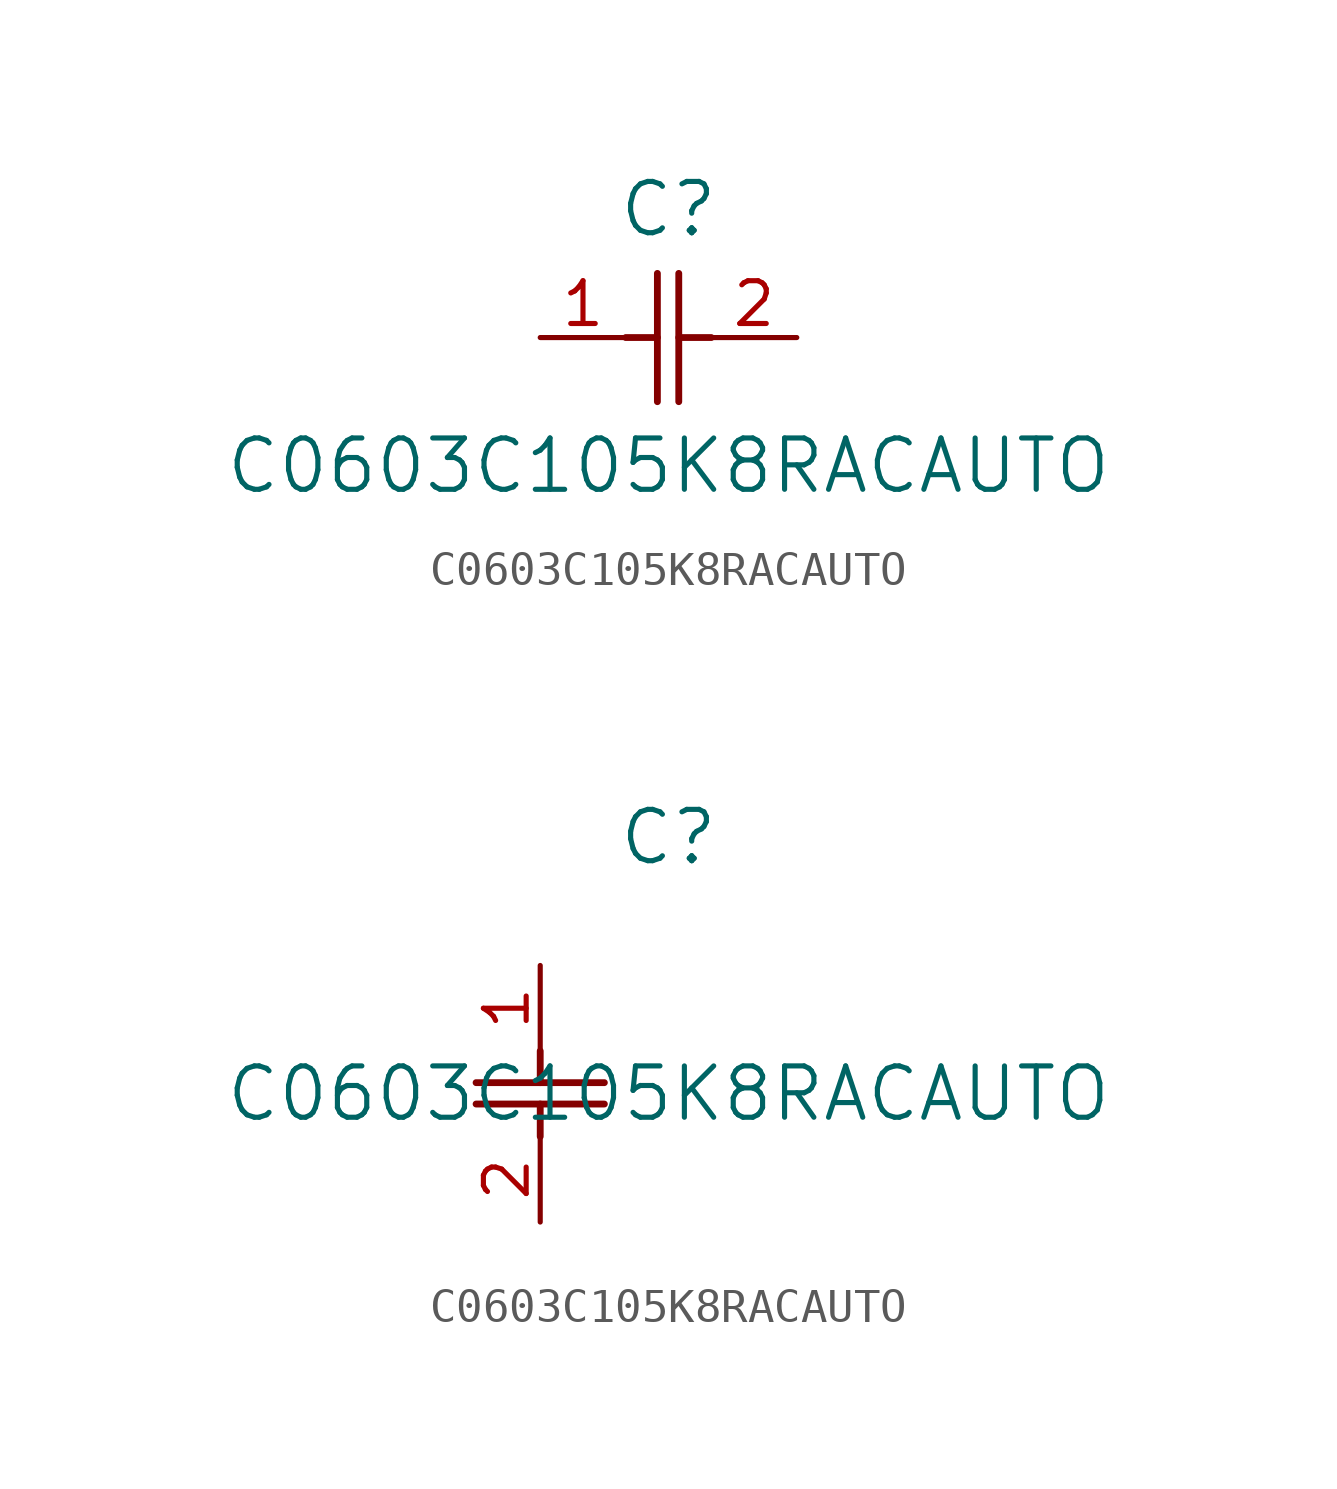
<source format=kicad_sym>
(kicad_symbol_lib
  (version 20211014)
  (generator kicad_symbol_editor)
  (symbol "C0603C105K8RACAUTO"
    (pin_names
      (offset 0.254))
    (property "Reference" "C"
      (at 3.81 3.81 0)
      (effects (font (size 1.524 1.524))))
    (property "Value" "C0603C105K8RACAUTO"
      (at 3.81 -3.81 0)
      (effects (font (size 1.524 1.524))))
    (symbol "C0603C105K8RACAUTO_1_1"
      (polyline (pts (xy 3.48 -1.905) (xy 3.48 1.905)) (stroke (width 0.203) (type default) (color 0 0 0 0)) (fill (type none)))
      (polyline (pts (xy 4.115 -1.905) (xy 4.115 1.905)) (stroke (width 0.203) (type default) (color 0 0 0 0)) (fill (type none)))
      (polyline (pts (xy 4.115 0) (xy 5.08 0)) (stroke (width 0.203) (type default) (color 0 0 0 0)) (fill (type none)))
      (polyline (pts (xy 2.54 0) (xy 3.48 0)) (stroke (width 0.203) (type default) (color 0 0 0 0)) (fill (type none)))
      (pin unspecified line (at 0 0 0) (length 2.54) (name "" (effects (font (size 1.27 1.27)))) (number "1" (effects (font (size 1.27 1.27)))))
      (pin unspecified line (at 7.62 0 180) (length 2.54) (name "" (effects (font (size 1.27 1.27)))) (number "2" (effects (font (size 1.27 1.27))))))
    (symbol "C0603C105K8RACAUTO_1_2"
      (polyline (pts (xy -1.905 -3.48) (xy 1.905 -3.48)) (stroke (width 0.203) (type default) (color 0 0 0 0)) (fill (type none)))
      (polyline (pts (xy -1.905 -4.115) (xy 1.905 -4.115)) (stroke (width 0.203) (type default) (color 0 0 0 0)) (fill (type none)))
      (polyline (pts (xy 0 -4.115) (xy 0 -5.08)) (stroke (width 0.203) (type default) (color 0 0 0 0)) (fill (type none)))
      (polyline (pts (xy 0 -2.54) (xy 0 -3.48)) (stroke (width 0.203) (type default) (color 0 0 0 0)) (fill (type none)))
      (pin unspecified line (at 0 0 270) (length 2.54) (name "" (effects (font (size 1.27 1.27)))) (number "1" (effects (font (size 1.27 1.27)))))
      (pin unspecified line (at 0 -7.62 90) (length 2.54) (name "" (effects (font (size 1.27 1.27)))) (number "2" (effects (font (size 1.27 1.27))))))))
</source>
